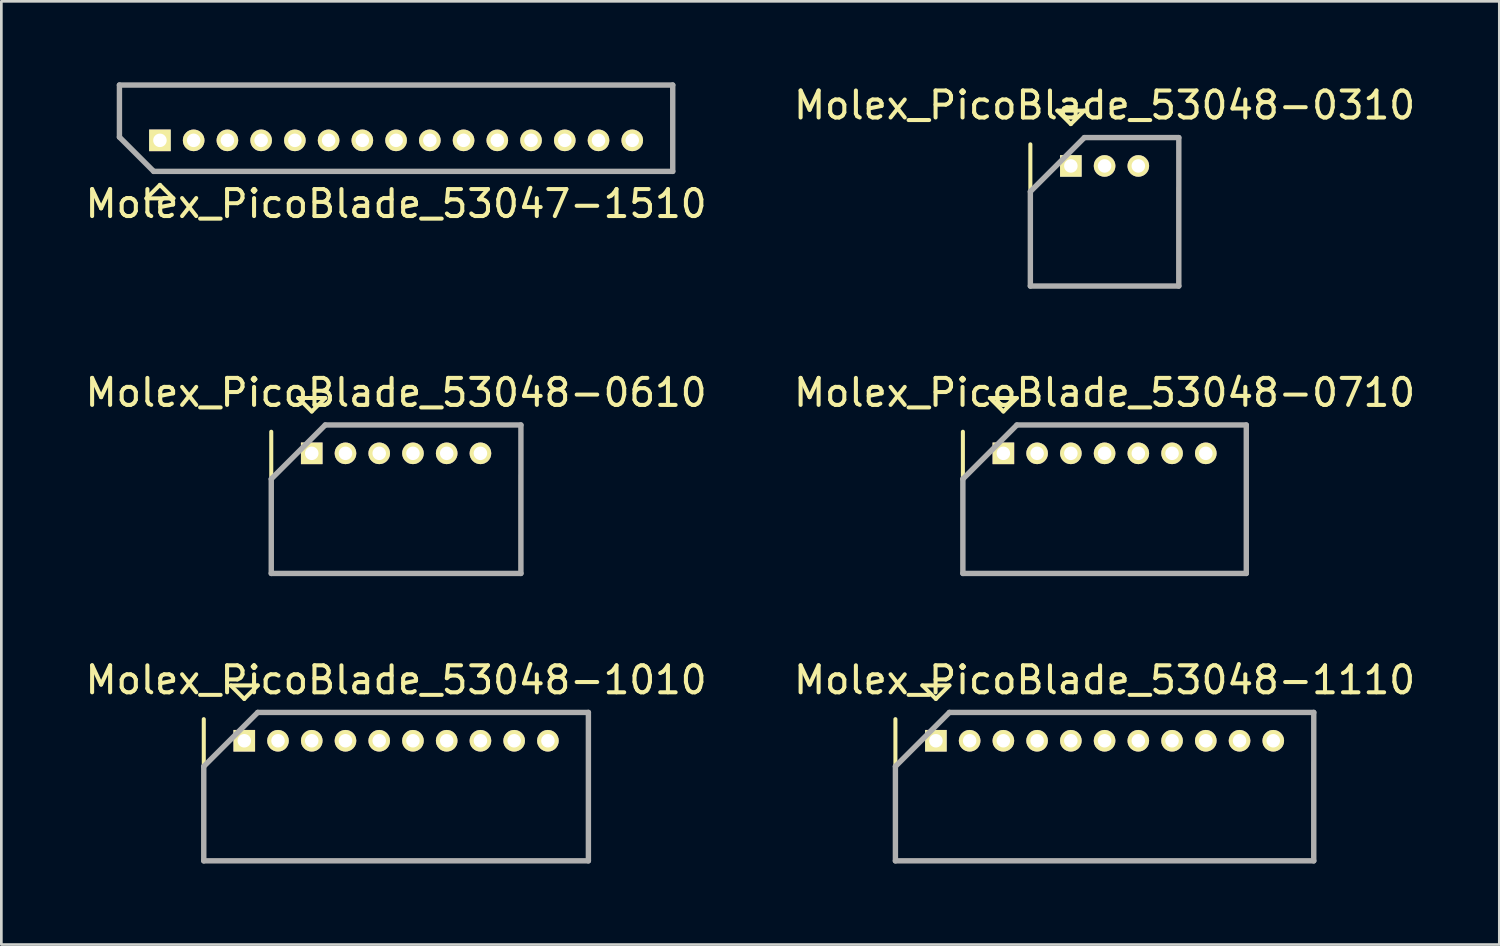
<source format=kicad_pcb>
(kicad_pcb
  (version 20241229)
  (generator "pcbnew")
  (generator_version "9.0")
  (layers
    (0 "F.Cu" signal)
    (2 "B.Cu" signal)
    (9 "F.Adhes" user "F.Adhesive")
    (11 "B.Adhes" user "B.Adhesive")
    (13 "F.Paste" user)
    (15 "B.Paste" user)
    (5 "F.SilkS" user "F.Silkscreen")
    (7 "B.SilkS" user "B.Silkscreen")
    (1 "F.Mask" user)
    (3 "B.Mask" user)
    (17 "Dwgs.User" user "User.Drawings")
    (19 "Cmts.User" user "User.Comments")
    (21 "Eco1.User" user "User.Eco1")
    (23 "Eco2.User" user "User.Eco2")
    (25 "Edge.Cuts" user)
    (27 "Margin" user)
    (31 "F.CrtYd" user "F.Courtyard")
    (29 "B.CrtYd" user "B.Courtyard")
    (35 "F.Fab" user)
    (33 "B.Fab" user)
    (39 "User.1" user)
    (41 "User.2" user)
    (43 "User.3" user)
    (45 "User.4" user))
  (footprint "Molex_PicoBlade_53047-1510"
    (layer "F.Cu")
    (at 2.875 2.15)
    (property "Reference" "Molex_PicoBlade_53047-1510" (at 8.75 2.35 0) (layer "F.SilkS") (effects (font (size 1 1) (thickness 0.15))))
    (attr through_hole)
    (fp_line (start -1.5 -2.05) (end 19 -2.05) (stroke (width 0.15) (type solid)) (layer "F.SilkS"))
    (fp_line (start -1.5 -0.12) (end -1.5 -2.05) (stroke (width 0.15) (type solid)) (layer "F.SilkS"))
    (fp_line (start -0.5 2.15) (end 0 1.65) (stroke (width 0.15) (type solid)) (layer "F.SilkS"))
    (fp_line (start 0 1.65) (end 0.5 2.15) (stroke (width 0.15) (type solid)) (layer "F.SilkS"))
    (fp_line (start 0.5 2.15) (end -0.5 2.15) (stroke (width 0.15) (type solid)) (layer "F.SilkS"))
    (fp_line (start 19 -2.05) (end 19 1.15) (stroke (width 0.15) (type solid)) (layer "F.SilkS"))
    (fp_line (start 19 1.15) (end -0.23 1.15) (stroke (width 0.15) (type solid)) (layer "F.SilkS"))
    (fp_line (start -1.5 -2.05) (end 19 -2.05) (stroke (width 0.2) (type solid)) (layer "F.Fab"))
    (fp_line (start -1.5 -0.12) (end -1.5 -2.05) (stroke (width 0.2) (type solid)) (layer "F.Fab"))
    (fp_line (start -0.23 1.15) (end -1.5 -0.12) (stroke (width 0.2) (type solid)) (layer "F.Fab"))
    (fp_line (start 19 -2.05) (end 19 1.15) (stroke (width 0.2) (type solid)) (layer "F.Fab"))
    (fp_line (start 19 1.15) (end -0.23 1.15) (stroke (width 0.2) (type solid)) (layer "F.Fab"))
    (pad "1" thru_hole rect (at 0 0) (size 0.8 0.8) (drill 0.5) (layers "*.Cu" "*.Mask" "F.SilkS"))
    (pad "2" thru_hole oval (at 1.25 0) (size 0.8 0.8) (drill 0.5) (layers "*.Cu" "*.Mask" "F.SilkS"))
    (pad "3" thru_hole oval (at 2.5 0) (size 0.8 0.8) (drill 0.5) (layers "*.Cu" "*.Mask" "F.SilkS"))
    (pad "4" thru_hole oval (at 3.75 0) (size 0.8 0.8) (drill 0.5) (layers "*.Cu" "*.Mask" "F.SilkS"))
    (pad "5" thru_hole oval (at 5 0) (size 0.8 0.8) (drill 0.5) (layers "*.Cu" "*.Mask" "F.SilkS"))
    (pad "6" thru_hole oval (at 6.25 0) (size 0.8 0.8) (drill 0.5) (layers "*.Cu" "*.Mask" "F.SilkS"))
    (pad "7" thru_hole oval (at 7.5 0) (size 0.8 0.8) (drill 0.5) (layers "*.Cu" "*.Mask" "F.SilkS"))
    (pad "8" thru_hole oval (at 8.75 0) (size 0.8 0.8) (drill 0.5) (layers "*.Cu" "*.Mask" "F.SilkS"))
    (pad "9" thru_hole oval (at 10 0) (size 0.8 0.8) (drill 0.5) (layers "*.Cu" "*.Mask" "F.SilkS"))
    (pad "10" thru_hole oval (at 11.25 0) (size 0.8 0.8) (drill 0.5) (layers "*.Cu" "*.Mask" "F.SilkS"))
    (pad "11" thru_hole oval (at 12.5 0) (size 0.8 0.8) (drill 0.5) (layers "*.Cu" "*.Mask" "F.SilkS"))
    (pad "12" thru_hole oval (at 13.75 0) (size 0.8 0.8) (drill 0.5) (layers "*.Cu" "*.Mask" "F.SilkS"))
    (pad "13" thru_hole oval (at 15 0) (size 0.8 0.8) (drill 0.5) (layers "*.Cu" "*.Mask" "F.SilkS"))
    (pad "14" thru_hole oval (at 16.25 0) (size 0.8 0.8) (drill 0.5) (layers "*.Cu" "*.Mask" "F.SilkS"))
    (pad "15" thru_hole oval (at 17.5 0) (size 0.8 0.8) (drill 0.5) (layers "*.Cu" "*.Mask" "F.SilkS")))
  (footprint "Molex_PicoBlade_53048-0310"
    (layer "F.Cu")
    (at 36.625 3.098)
    (property "Reference" "Molex_PicoBlade_53048-0310" (at 1.25 -2.25 0) (layer "F.SilkS") (effects (font (size 1 1) (thickness 0.15))))
    (attr through_hole)
    (fp_line (start -1.5 -0.8) (end -1.5 4.45) (stroke (width 0.15) (type solid)) (layer "F.SilkS"))
    (fp_line (start -1.5 4.45) (end 4 4.45) (stroke (width 0.15) (type solid)) (layer "F.SilkS"))
    (fp_line (start -0.5 -2.05) (end 0.5 -2.05) (stroke (width 0.15) (type solid)) (layer "F.SilkS"))
    (fp_line (start 0 -1.55) (end -0.5 -2.05) (stroke (width 0.15) (type solid)) (layer "F.SilkS"))
    (fp_line (start 0.5 -2.05) (end 0 -1.55) (stroke (width 0.15) (type solid)) (layer "F.SilkS"))
    (fp_line (start 4 4.45) (end 4 0.8) (stroke (width 0.15) (type solid)) (layer "F.SilkS"))
    (fp_line (start -1.5 0.95) (end -1.5 4.45) (stroke (width 0.2) (type solid)) (layer "F.Fab"))
    (fp_line (start -1.5 4.45) (end 4 4.45) (stroke (width 0.2) (type solid)) (layer "F.Fab"))
    (fp_line (start 0.5 -1.05) (end -1.5 0.95) (stroke (width 0.2) (type solid)) (layer "F.Fab"))
    (fp_line (start 4 -1.05) (end 0.5 -1.05) (stroke (width 0.2) (type solid)) (layer "F.Fab"))
    (fp_line (start 4 4.45) (end 4 -1.05) (stroke (width 0.2) (type solid)) (layer "F.Fab"))
    (pad "1" thru_hole rect (at 0 0) (size 0.8 0.8) (drill 0.5) (layers "*.Cu" "*.Mask" "F.SilkS"))
    (pad "2" thru_hole oval (at 1.25 0) (size 0.8 0.8) (drill 0.5) (layers "*.Cu" "*.Mask" "F.SilkS"))
    (pad "3" thru_hole oval (at 2.5 0) (size 0.8 0.8) (drill 0.5) (layers "*.Cu" "*.Mask" "F.SilkS")))
  (footprint "Molex_PicoBlade_53048-0610"
    (layer "F.Cu")
    (at 8.5 13.746)
    (property "Reference" "Molex_PicoBlade_53048-0610" (at 3.125 -2.25 0) (layer "F.SilkS") (effects (font (size 1 1) (thickness 0.15))))
    (attr through_hole)
    (fp_line (start -1.5 -0.8) (end -1.5 4.45) (stroke (width 0.15) (type solid)) (layer "F.SilkS"))
    (fp_line (start -1.5 4.45) (end 7.75 4.45) (stroke (width 0.15) (type solid)) (layer "F.SilkS"))
    (fp_line (start -0.5 -2.05) (end 0.5 -2.05) (stroke (width 0.15) (type solid)) (layer "F.SilkS"))
    (fp_line (start 0 -1.55) (end -0.5 -2.05) (stroke (width 0.15) (type solid)) (layer "F.SilkS"))
    (fp_line (start 0.5 -2.05) (end 0 -1.55) (stroke (width 0.15) (type solid)) (layer "F.SilkS"))
    (fp_line (start 7.75 4.45) (end 7.75 0.8) (stroke (width 0.15) (type solid)) (layer "F.SilkS"))
    (fp_line (start -1.5 0.95) (end -1.5 4.45) (stroke (width 0.2) (type solid)) (layer "F.Fab"))
    (fp_line (start -1.5 4.45) (end 7.75 4.45) (stroke (width 0.2) (type solid)) (layer "F.Fab"))
    (fp_line (start 0.5 -1.05) (end -1.5 0.95) (stroke (width 0.2) (type solid)) (layer "F.Fab"))
    (fp_line (start 7.75 -1.05) (end 0.5 -1.05) (stroke (width 0.2) (type solid)) (layer "F.Fab"))
    (fp_line (start 7.75 4.45) (end 7.75 -1.05) (stroke (width 0.2) (type solid)) (layer "F.Fab"))
    (pad "1" thru_hole rect (at 0 0) (size 0.8 0.8) (drill 0.5) (layers "*.Cu" "*.Mask" "F.SilkS"))
    (pad "2" thru_hole oval (at 1.25 0) (size 0.8 0.8) (drill 0.5) (layers "*.Cu" "*.Mask" "F.SilkS"))
    (pad "3" thru_hole oval (at 2.5 0) (size 0.8 0.8) (drill 0.5) (layers "*.Cu" "*.Mask" "F.SilkS"))
    (pad "4" thru_hole oval (at 3.75 0) (size 0.8 0.8) (drill 0.5) (layers "*.Cu" "*.Mask" "F.SilkS"))
    (pad "5" thru_hole oval (at 5 0) (size 0.8 0.8) (drill 0.5) (layers "*.Cu" "*.Mask" "F.SilkS"))
    (pad "6" thru_hole oval (at 6.25 0) (size 0.8 0.8) (drill 0.5) (layers "*.Cu" "*.Mask" "F.SilkS")))
  (footprint "Molex_PicoBlade_53048-1110"
    (layer "F.Cu")
    (at 31.625 24.395)
    (property "Reference" "Molex_PicoBlade_53048-1110" (at 6.25 -2.25 0) (layer "F.SilkS") (effects (font (size 1 1) (thickness 0.15))))
    (attr through_hole)
    (fp_line (start -1.5 -0.8) (end -1.5 4.45) (stroke (width 0.15) (type solid)) (layer "F.SilkS"))
    (fp_line (start -1.5 4.45) (end 14 4.45) (stroke (width 0.15) (type solid)) (layer "F.SilkS"))
    (fp_line (start -0.5 -2.05) (end 0.5 -2.05) (stroke (width 0.15) (type solid)) (layer "F.SilkS"))
    (fp_line (start 0 -1.55) (end -0.5 -2.05) (stroke (width 0.15) (type solid)) (layer "F.SilkS"))
    (fp_line (start 0.5 -2.05) (end 0 -1.55) (stroke (width 0.15) (type solid)) (layer "F.SilkS"))
    (fp_line (start 14 4.45) (end 14 0.8) (stroke (width 0.15) (type solid)) (layer "F.SilkS"))
    (fp_line (start -1.5 0.95) (end -1.5 4.45) (stroke (width 0.2) (type solid)) (layer "F.Fab"))
    (fp_line (start -1.5 4.45) (end 14 4.45) (stroke (width 0.2) (type solid)) (layer "F.Fab"))
    (fp_line (start 0.5 -1.05) (end -1.5 0.95) (stroke (width 0.2) (type solid)) (layer "F.Fab"))
    (fp_line (start 14 -1.05) (end 0.5 -1.05) (stroke (width 0.2) (type solid)) (layer "F.Fab"))
    (fp_line (start 14 4.45) (end 14 -1.05) (stroke (width 0.2) (type solid)) (layer "F.Fab"))
    (pad "1" thru_hole rect (at 0 0) (size 0.8 0.8) (drill 0.5) (layers "*.Cu" "*.Mask" "F.SilkS"))
    (pad "2" thru_hole oval (at 1.25 0) (size 0.8 0.8) (drill 0.5) (layers "*.Cu" "*.Mask" "F.SilkS"))
    (pad "3" thru_hole oval (at 2.5 0) (size 0.8 0.8) (drill 0.5) (layers "*.Cu" "*.Mask" "F.SilkS"))
    (pad "4" thru_hole oval (at 3.75 0) (size 0.8 0.8) (drill 0.5) (layers "*.Cu" "*.Mask" "F.SilkS"))
    (pad "5" thru_hole oval (at 5 0) (size 0.8 0.8) (drill 0.5) (layers "*.Cu" "*.Mask" "F.SilkS"))
    (pad "6" thru_hole oval (at 6.25 0) (size 0.8 0.8) (drill 0.5) (layers "*.Cu" "*.Mask" "F.SilkS"))
    (pad "7" thru_hole oval (at 7.5 0) (size 0.8 0.8) (drill 0.5) (layers "*.Cu" "*.Mask" "F.SilkS"))
    (pad "8" thru_hole oval (at 8.75 0) (size 0.8 0.8) (drill 0.5) (layers "*.Cu" "*.Mask" "F.SilkS"))
    (pad "9" thru_hole oval (at 10 0) (size 0.8 0.8) (drill 0.5) (layers "*.Cu" "*.Mask" "F.SilkS"))
    (pad "10" thru_hole oval (at 11.25 0) (size 0.8 0.8) (drill 0.5) (layers "*.Cu" "*.Mask" "F.SilkS"))
    (pad "11" thru_hole oval (at 12.5 0) (size 0.8 0.8) (drill 0.5) (layers "*.Cu" "*.Mask" "F.SilkS")))
  (footprint "Molex_PicoBlade_53048-0710"
    (layer "F.Cu")
    (at 34.125 13.746)
    (property "Reference" "Molex_PicoBlade_53048-0710" (at 3.75 -2.25 0) (layer "F.SilkS") (effects (font (size 1 1) (thickness 0.15))))
    (attr through_hole)
    (fp_line (start -1.5 -0.8) (end -1.5 4.45) (stroke (width 0.15) (type solid)) (layer "F.SilkS"))
    (fp_line (start -1.5 4.45) (end 9 4.45) (stroke (width 0.15) (type solid)) (layer "F.SilkS"))
    (fp_line (start -0.5 -2.05) (end 0.5 -2.05) (stroke (width 0.15) (type solid)) (layer "F.SilkS"))
    (fp_line (start 0 -1.55) (end -0.5 -2.05) (stroke (width 0.15) (type solid)) (layer "F.SilkS"))
    (fp_line (start 0.5 -2.05) (end 0 -1.55) (stroke (width 0.15) (type solid)) (layer "F.SilkS"))
    (fp_line (start 9 4.45) (end 9 0.8) (stroke (width 0.15) (type solid)) (layer "F.SilkS"))
    (fp_line (start -1.5 0.95) (end -1.5 4.45) (stroke (width 0.2) (type solid)) (layer "F.Fab"))
    (fp_line (start -1.5 4.45) (end 9 4.45) (stroke (width 0.2) (type solid)) (layer "F.Fab"))
    (fp_line (start 0.5 -1.05) (end -1.5 0.95) (stroke (width 0.2) (type solid)) (layer "F.Fab"))
    (fp_line (start 9 -1.05) (end 0.5 -1.05) (stroke (width 0.2) (type solid)) (layer "F.Fab"))
    (fp_line (start 9 4.45) (end 9 -1.05) (stroke (width 0.2) (type solid)) (layer "F.Fab"))
    (pad "1" thru_hole rect (at 0 0) (size 0.8 0.8) (drill 0.5) (layers "*.Cu" "*.Mask" "F.SilkS"))
    (pad "2" thru_hole oval (at 1.25 0) (size 0.8 0.8) (drill 0.5) (layers "*.Cu" "*.Mask" "F.SilkS"))
    (pad "3" thru_hole oval (at 2.5 0) (size 0.8 0.8) (drill 0.5) (layers "*.Cu" "*.Mask" "F.SilkS"))
    (pad "4" thru_hole oval (at 3.75 0) (size 0.8 0.8) (drill 0.5) (layers "*.Cu" "*.Mask" "F.SilkS"))
    (pad "5" thru_hole oval (at 5 0) (size 0.8 0.8) (drill 0.5) (layers "*.Cu" "*.Mask" "F.SilkS"))
    (pad "6" thru_hole oval (at 6.25 0) (size 0.8 0.8) (drill 0.5) (layers "*.Cu" "*.Mask" "F.SilkS"))
    (pad "7" thru_hole oval (at 7.5 0) (size 0.8 0.8) (drill 0.5) (layers "*.Cu" "*.Mask" "F.SilkS")))
  (footprint "Molex_PicoBlade_53048-1010"
    (layer "F.Cu")
    (at 6 24.395)
    (property "Reference" "Molex_PicoBlade_53048-1010" (at 5.625 -2.25 0) (layer "F.SilkS") (effects (font (size 1 1) (thickness 0.15))))
    (attr through_hole)
    (fp_line (start -1.5 -0.8) (end -1.5 4.45) (stroke (width 0.15) (type solid)) (layer "F.SilkS"))
    (fp_line (start -1.5 4.45) (end 12.75 4.45) (stroke (width 0.15) (type solid)) (layer "F.SilkS"))
    (fp_line (start -0.5 -2.05) (end 0.5 -2.05) (stroke (width 0.15) (type solid)) (layer "F.SilkS"))
    (fp_line (start 0 -1.55) (end -0.5 -2.05) (stroke (width 0.15) (type solid)) (layer "F.SilkS"))
    (fp_line (start 0.5 -2.05) (end 0 -1.55) (stroke (width 0.15) (type solid)) (layer "F.SilkS"))
    (fp_line (start 12.75 4.45) (end 12.75 0.8) (stroke (width 0.15) (type solid)) (layer "F.SilkS"))
    (fp_line (start -1.5 0.95) (end -1.5 4.45) (stroke (width 0.2) (type solid)) (layer "F.Fab"))
    (fp_line (start -1.5 4.45) (end 12.75 4.45) (stroke (width 0.2) (type solid)) (layer "F.Fab"))
    (fp_line (start 0.5 -1.05) (end -1.5 0.95) (stroke (width 0.2) (type solid)) (layer "F.Fab"))
    (fp_line (start 12.75 -1.05) (end 0.5 -1.05) (stroke (width 0.2) (type solid)) (layer "F.Fab"))
    (fp_line (start 12.75 4.45) (end 12.75 -1.05) (stroke (width 0.2) (type solid)) (layer "F.Fab"))
    (pad "1" thru_hole rect (at 0 0) (size 0.8 0.8) (drill 0.5) (layers "*.Cu" "*.Mask" "F.SilkS"))
    (pad "2" thru_hole oval (at 1.25 0) (size 0.8 0.8) (drill 0.5) (layers "*.Cu" "*.Mask" "F.SilkS"))
    (pad "3" thru_hole oval (at 2.5 0) (size 0.8 0.8) (drill 0.5) (layers "*.Cu" "*.Mask" "F.SilkS"))
    (pad "4" thru_hole oval (at 3.75 0) (size 0.8 0.8) (drill 0.5) (layers "*.Cu" "*.Mask" "F.SilkS"))
    (pad "5" thru_hole oval (at 5 0) (size 0.8 0.8) (drill 0.5) (layers "*.Cu" "*.Mask" "F.SilkS"))
    (pad "6" thru_hole oval (at 6.25 0) (size 0.8 0.8) (drill 0.5) (layers "*.Cu" "*.Mask" "F.SilkS"))
    (pad "7" thru_hole oval (at 7.5 0) (size 0.8 0.8) (drill 0.5) (layers "*.Cu" "*.Mask" "F.SilkS"))
    (pad "8" thru_hole oval (at 8.75 0) (size 0.8 0.8) (drill 0.5) (layers "*.Cu" "*.Mask" "F.SilkS"))
    (pad "9" thru_hole oval (at 10 0) (size 0.8 0.8) (drill 0.5) (layers "*.Cu" "*.Mask" "F.SilkS"))
    (pad "10" thru_hole oval (at 11.25 0) (size 0.8 0.8) (drill 0.5) (layers "*.Cu" "*.Mask" "F.SilkS")))
  (gr_rect
    (start -3 -3)
    (end 52.5 31.945)
    (stroke (width 0.1) (type default))
    (fill no)
    (layer "Edge.Cuts")))
</source>
